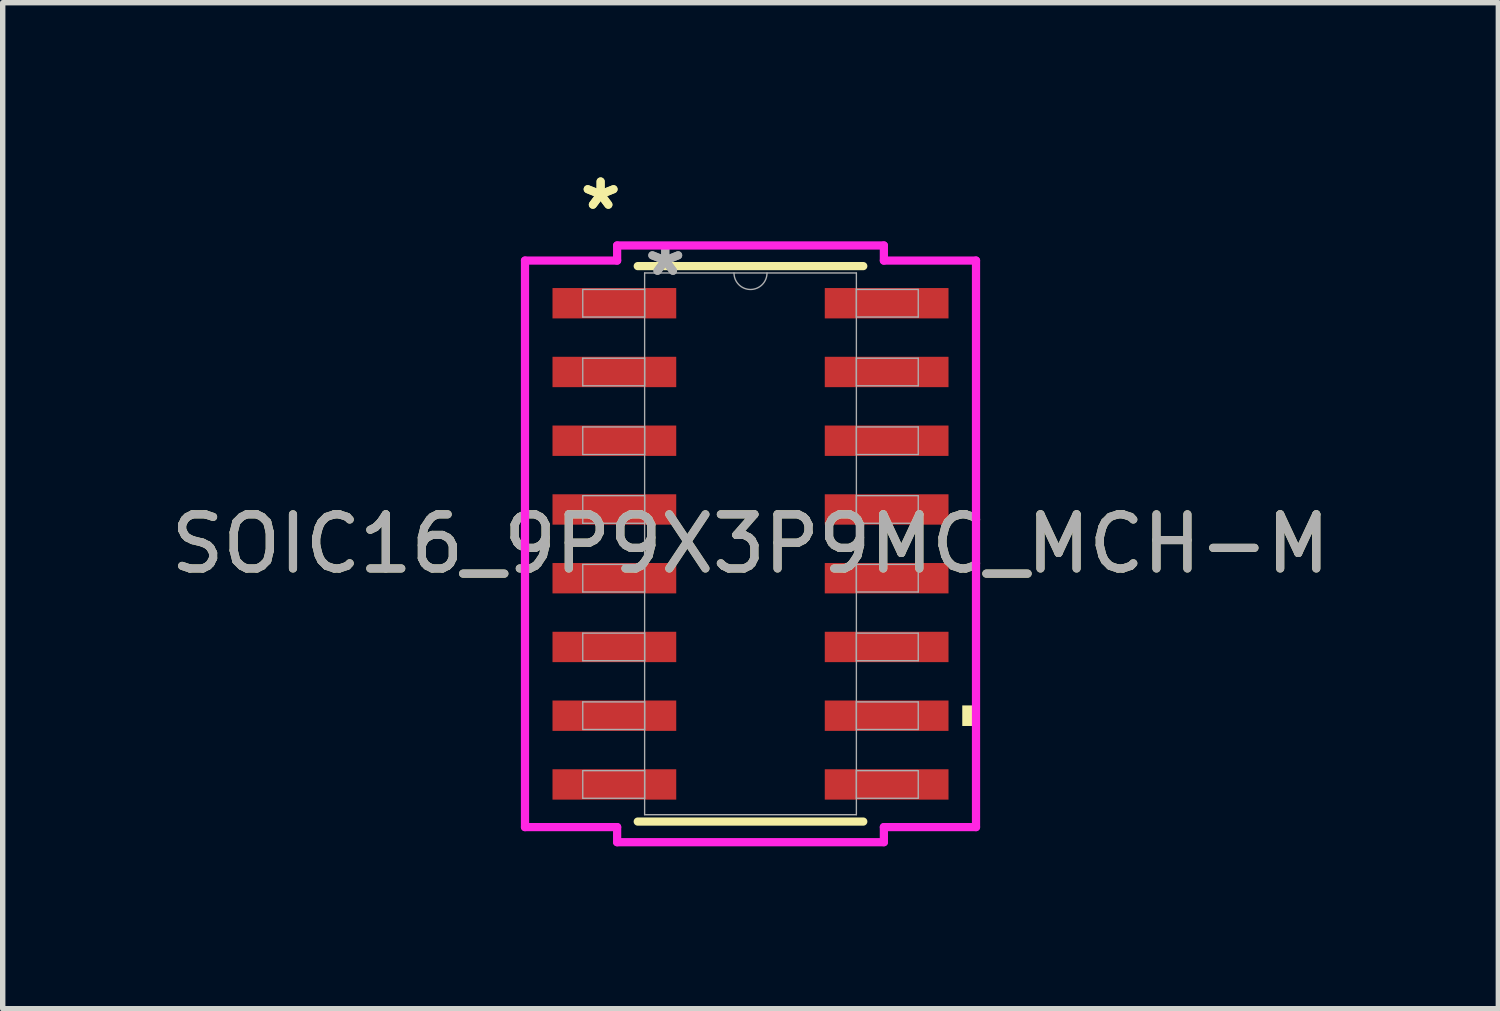
<source format=kicad_pcb>
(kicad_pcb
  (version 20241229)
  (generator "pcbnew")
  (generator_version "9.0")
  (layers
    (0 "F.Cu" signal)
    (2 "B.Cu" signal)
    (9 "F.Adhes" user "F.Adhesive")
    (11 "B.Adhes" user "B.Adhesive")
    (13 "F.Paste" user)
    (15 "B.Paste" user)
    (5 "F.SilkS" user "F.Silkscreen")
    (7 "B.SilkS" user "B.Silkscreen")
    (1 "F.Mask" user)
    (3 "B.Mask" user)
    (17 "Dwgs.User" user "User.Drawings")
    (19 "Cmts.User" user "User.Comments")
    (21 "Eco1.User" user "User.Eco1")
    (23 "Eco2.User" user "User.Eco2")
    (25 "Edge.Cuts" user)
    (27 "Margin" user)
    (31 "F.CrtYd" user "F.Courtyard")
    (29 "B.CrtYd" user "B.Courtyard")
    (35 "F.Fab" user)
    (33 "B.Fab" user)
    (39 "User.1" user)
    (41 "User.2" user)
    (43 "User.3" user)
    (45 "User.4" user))
  (footprint "SOIC16_9P9X3P9MC_MCH-M"
    (layer "F.Cu")
    (at 10.815 6.997)
    (property "Reference" "SOIC16_9P9X3P9MC_MCH-M" (at 0 0 0) (unlocked yes) (layer "F.SilkS") (effects (font (size 1 1) (thickness 0.15))))
    (attr smd)
    (fp_line (start -2.083 5.131) (end 2.083 5.131) (stroke (width 0.152) (type solid)) (layer "F.SilkS"))
    (fp_line (start 2.083 -5.131) (end -2.083 -5.131) (stroke (width 0.152) (type solid)) (layer "F.SilkS"))
    (fp_poly (pts (xy 4.166 2.985) (xy 4.166 3.365) (xy 3.912 3.365) (xy 3.912 2.985)) (stroke (width 0) (type solid)) (fill yes) (layer "F.SilkS"))
    (fp_line (start -4.166 -5.233) (end -2.464 -5.233) (stroke (width 0.152) (type solid)) (layer "F.CrtYd"))
    (fp_line (start -4.166 5.233) (end -4.166 -5.233) (stroke (width 0.152) (type solid)) (layer "F.CrtYd"))
    (fp_line (start -4.166 5.233) (end -2.464 5.233) (stroke (width 0.152) (type solid)) (layer "F.CrtYd"))
    (fp_line (start -2.464 -5.512) (end 2.464 -5.512) (stroke (width 0.152) (type solid)) (layer "F.CrtYd"))
    (fp_line (start -2.464 -5.233) (end -2.464 -5.512) (stroke (width 0.152) (type solid)) (layer "F.CrtYd"))
    (fp_line (start -2.464 5.512) (end -2.464 5.233) (stroke (width 0.152) (type solid)) (layer "F.CrtYd"))
    (fp_line (start 2.464 -5.512) (end 2.464 -5.233) (stroke (width 0.152) (type solid)) (layer "F.CrtYd"))
    (fp_line (start 2.464 5.233) (end 2.464 5.512) (stroke (width 0.152) (type solid)) (layer "F.CrtYd"))
    (fp_line (start 2.464 5.512) (end -2.464 5.512) (stroke (width 0.152) (type solid)) (layer "F.CrtYd"))
    (fp_line (start 4.166 -5.233) (end 2.464 -5.233) (stroke (width 0.152) (type solid)) (layer "F.CrtYd"))
    (fp_line (start 4.166 -5.233) (end 4.166 5.233) (stroke (width 0.152) (type solid)) (layer "F.CrtYd"))
    (fp_line (start 4.166 5.233) (end 2.464 5.233) (stroke (width 0.152) (type solid)) (layer "F.CrtYd"))
    (fp_line (start -3.099 -4.7) (end -3.099 -4.19) (stroke (width 0.025) (type solid)) (layer "F.Fab"))
    (fp_line (start -3.099 -4.19) (end -1.956 -4.19) (stroke (width 0.025) (type solid)) (layer "F.Fab"))
    (fp_line (start -3.099 -3.43) (end -3.099 -2.92) (stroke (width 0.025) (type solid)) (layer "F.Fab"))
    (fp_line (start -3.099 -2.92) (end -1.956 -2.92) (stroke (width 0.025) (type solid)) (layer "F.Fab"))
    (fp_line (start -3.099 -2.16) (end -3.099 -1.65) (stroke (width 0.025) (type solid)) (layer "F.Fab"))
    (fp_line (start -3.099 -1.65) (end -1.956 -1.65) (stroke (width 0.025) (type solid)) (layer "F.Fab"))
    (fp_line (start -3.099 -0.89) (end -3.099 -0.38) (stroke (width 0.025) (type solid)) (layer "F.Fab"))
    (fp_line (start -3.099 -0.38) (end -1.956 -0.38) (stroke (width 0.025) (type solid)) (layer "F.Fab"))
    (fp_line (start -3.099 0.38) (end -3.099 0.89) (stroke (width 0.025) (type solid)) (layer "F.Fab"))
    (fp_line (start -3.099 0.89) (end -1.956 0.89) (stroke (width 0.025) (type solid)) (layer "F.Fab"))
    (fp_line (start -3.099 1.65) (end -3.099 2.16) (stroke (width 0.025) (type solid)) (layer "F.Fab"))
    (fp_line (start -3.099 2.16) (end -1.956 2.16) (stroke (width 0.025) (type solid)) (layer "F.Fab"))
    (fp_line (start -3.099 2.92) (end -3.099 3.43) (stroke (width 0.025) (type solid)) (layer "F.Fab"))
    (fp_line (start -3.099 3.43) (end -1.956 3.43) (stroke (width 0.025) (type solid)) (layer "F.Fab"))
    (fp_line (start -3.099 4.19) (end -3.099 4.7) (stroke (width 0.025) (type solid)) (layer "F.Fab"))
    (fp_line (start -3.099 4.7) (end -1.956 4.7) (stroke (width 0.025) (type solid)) (layer "F.Fab"))
    (fp_line (start -1.956 -5.004) (end -1.956 5.004) (stroke (width 0.025) (type solid)) (layer "F.Fab"))
    (fp_line (start -1.956 -4.7) (end -3.099 -4.7) (stroke (width 0.025) (type solid)) (layer "F.Fab"))
    (fp_line (start -1.956 -4.19) (end -1.956 -4.7) (stroke (width 0.025) (type solid)) (layer "F.Fab"))
    (fp_line (start -1.956 -3.43) (end -3.099 -3.43) (stroke (width 0.025) (type solid)) (layer "F.Fab"))
    (fp_line (start -1.956 -2.92) (end -1.956 -3.43) (stroke (width 0.025) (type solid)) (layer "F.Fab"))
    (fp_line (start -1.956 -2.16) (end -3.099 -2.16) (stroke (width 0.025) (type solid)) (layer "F.Fab"))
    (fp_line (start -1.956 -1.65) (end -1.956 -2.16) (stroke (width 0.025) (type solid)) (layer "F.Fab"))
    (fp_line (start -1.956 -0.89) (end -3.099 -0.89) (stroke (width 0.025) (type solid)) (layer "F.Fab"))
    (fp_line (start -1.956 -0.38) (end -1.956 -0.89) (stroke (width 0.025) (type solid)) (layer "F.Fab"))
    (fp_line (start -1.956 0.38) (end -3.099 0.38) (stroke (width 0.025) (type solid)) (layer "F.Fab"))
    (fp_line (start -1.956 0.89) (end -1.956 0.38) (stroke (width 0.025) (type solid)) (layer "F.Fab"))
    (fp_line (start -1.956 1.65) (end -3.099 1.65) (stroke (width 0.025) (type solid)) (layer "F.Fab"))
    (fp_line (start -1.956 2.16) (end -1.956 1.65) (stroke (width 0.025) (type solid)) (layer "F.Fab"))
    (fp_line (start -1.956 2.92) (end -3.099 2.92) (stroke (width 0.025) (type solid)) (layer "F.Fab"))
    (fp_line (start -1.956 3.43) (end -1.956 2.92) (stroke (width 0.025) (type solid)) (layer "F.Fab"))
    (fp_line (start -1.956 4.19) (end -3.099 4.19) (stroke (width 0.025) (type solid)) (layer "F.Fab"))
    (fp_line (start -1.956 4.7) (end -1.956 4.19) (stroke (width 0.025) (type solid)) (layer "F.Fab"))
    (fp_line (start -1.956 5.004) (end 1.956 5.004) (stroke (width 0.025) (type solid)) (layer "F.Fab"))
    (fp_line (start 1.956 -5.004) (end -1.956 -5.004) (stroke (width 0.025) (type solid)) (layer "F.Fab"))
    (fp_line (start 1.956 -4.7) (end 1.956 -4.19) (stroke (width 0.025) (type solid)) (layer "F.Fab"))
    (fp_line (start 1.956 -4.19) (end 3.099 -4.19) (stroke (width 0.025) (type solid)) (layer "F.Fab"))
    (fp_line (start 1.956 -3.43) (end 1.956 -2.92) (stroke (width 0.025) (type solid)) (layer "F.Fab"))
    (fp_line (start 1.956 -2.92) (end 3.099 -2.92) (stroke (width 0.025) (type solid)) (layer "F.Fab"))
    (fp_line (start 1.956 -2.16) (end 1.956 -1.65) (stroke (width 0.025) (type solid)) (layer "F.Fab"))
    (fp_line (start 1.956 -1.65) (end 3.099 -1.65) (stroke (width 0.025) (type solid)) (layer "F.Fab"))
    (fp_line (start 1.956 -0.89) (end 1.956 -0.38) (stroke (width 0.025) (type solid)) (layer "F.Fab"))
    (fp_line (start 1.956 -0.38) (end 3.099 -0.38) (stroke (width 0.025) (type solid)) (layer "F.Fab"))
    (fp_line (start 1.956 0.38) (end 1.956 0.89) (stroke (width 0.025) (type solid)) (layer "F.Fab"))
    (fp_line (start 1.956 0.89) (end 3.099 0.89) (stroke (width 0.025) (type solid)) (layer "F.Fab"))
    (fp_line (start 1.956 1.65) (end 1.956 2.16) (stroke (width 0.025) (type solid)) (layer "F.Fab"))
    (fp_line (start 1.956 2.16) (end 3.099 2.16) (stroke (width 0.025) (type solid)) (layer "F.Fab"))
    (fp_line (start 1.956 2.92) (end 1.956 3.43) (stroke (width 0.025) (type solid)) (layer "F.Fab"))
    (fp_line (start 1.956 3.43) (end 3.099 3.43) (stroke (width 0.025) (type solid)) (layer "F.Fab"))
    (fp_line (start 1.956 4.19) (end 1.956 4.7) (stroke (width 0.025) (type solid)) (layer "F.Fab"))
    (fp_line (start 1.956 4.7) (end 3.099 4.7) (stroke (width 0.025) (type solid)) (layer "F.Fab"))
    (fp_line (start 1.956 5.004) (end 1.956 -5.004) (stroke (width 0.025) (type solid)) (layer "F.Fab"))
    (fp_line (start 3.099 -4.7) (end 1.956 -4.7) (stroke (width 0.025) (type solid)) (layer "F.Fab"))
    (fp_line (start 3.099 -4.19) (end 3.099 -4.7) (stroke (width 0.025) (type solid)) (layer "F.Fab"))
    (fp_line (start 3.099 -3.43) (end 1.956 -3.43) (stroke (width 0.025) (type solid)) (layer "F.Fab"))
    (fp_line (start 3.099 -2.92) (end 3.099 -3.43) (stroke (width 0.025) (type solid)) (layer "F.Fab"))
    (fp_line (start 3.099 -2.16) (end 1.956 -2.16) (stroke (width 0.025) (type solid)) (layer "F.Fab"))
    (fp_line (start 3.099 -1.65) (end 3.099 -2.16) (stroke (width 0.025) (type solid)) (layer "F.Fab"))
    (fp_line (start 3.099 -0.89) (end 1.956 -0.89) (stroke (width 0.025) (type solid)) (layer "F.Fab"))
    (fp_line (start 3.099 -0.38) (end 3.099 -0.89) (stroke (width 0.025) (type solid)) (layer "F.Fab"))
    (fp_line (start 3.099 0.38) (end 1.956 0.38) (stroke (width 0.025) (type solid)) (layer "F.Fab"))
    (fp_line (start 3.099 0.89) (end 3.099 0.38) (stroke (width 0.025) (type solid)) (layer "F.Fab"))
    (fp_line (start 3.099 1.65) (end 1.956 1.65) (stroke (width 0.025) (type solid)) (layer "F.Fab"))
    (fp_line (start 3.099 2.16) (end 3.099 1.65) (stroke (width 0.025) (type solid)) (layer "F.Fab"))
    (fp_line (start 3.099 2.92) (end 1.956 2.92) (stroke (width 0.025) (type solid)) (layer "F.Fab"))
    (fp_line (start 3.099 3.43) (end 3.099 2.92) (stroke (width 0.025) (type solid)) (layer "F.Fab"))
    (fp_line (start 3.099 4.19) (end 1.956 4.19) (stroke (width 0.025) (type solid)) (layer "F.Fab"))
    (fp_line (start 3.099 4.7) (end 3.099 4.19) (stroke (width 0.025) (type solid)) (layer "F.Fab"))
    (fp_arc (start 0.3048 -5.0038) (mid 0 -4.699) (end -0.3048 -5.0038) (stroke (width 0.0254) (type solid)) (layer "F.Fab"))
    (fp_text user "*" (at -2.769 -6.149 0) (layer "F.SilkS") (effects (font (size 1 1) (thickness 0.15))))
    (fp_text user "*" (at -2.769 -6.149 0) (unlocked yes) (layer "F.SilkS") (effects (font (size 1 1) (thickness 0.15))))
    (fp_text user "*" (at -1.575 -4.928 0) (layer "F.Fab") (effects (font (size 1 1) (thickness 0.15))))
    (fp_text user "*" (at -1.575 -4.928 0) (unlocked yes) (layer "F.Fab") (effects (font (size 1 1) (thickness 0.15))))
    (fp_text user "${REFERENCE}" (at 0 0 0) (unlocked yes) (layer "F.Fab") (effects (font (size 1 1) (thickness 0.15))))
    (pad "1" smd rect (at -2.515 -4.445) (size 2.286 0.561) (layers "F.Cu" "F.Mask" "F.Paste"))
    (pad "2" smd rect (at -2.515 -3.175) (size 2.286 0.561) (layers "F.Cu" "F.Mask" "F.Paste"))
    (pad "3" smd rect (at -2.515 -1.905) (size 2.286 0.561) (layers "F.Cu" "F.Mask" "F.Paste"))
    (pad "4" smd rect (at -2.515 -0.635) (size 2.286 0.561) (layers "F.Cu" "F.Mask" "F.Paste"))
    (pad "5" smd rect (at -2.515 0.635) (size 2.286 0.561) (layers "F.Cu" "F.Mask" "F.Paste"))
    (pad "6" smd rect (at -2.515 1.905) (size 2.286 0.561) (layers "F.Cu" "F.Mask" "F.Paste"))
    (pad "7" smd rect (at -2.515 3.175) (size 2.286 0.561) (layers "F.Cu" "F.Mask" "F.Paste"))
    (pad "8" smd rect (at -2.515 4.445) (size 2.286 0.561) (layers "F.Cu" "F.Mask" "F.Paste"))
    (pad "9" smd rect (at 2.515 4.445) (size 2.286 0.561) (layers "F.Cu" "F.Mask" "F.Paste"))
    (pad "10" smd rect (at 2.515 3.175) (size 2.286 0.561) (layers "F.Cu" "F.Mask" "F.Paste"))
    (pad "11" smd rect (at 2.515 1.905) (size 2.286 0.561) (layers "F.Cu" "F.Mask" "F.Paste"))
    (pad "12" smd rect (at 2.515 0.635) (size 2.286 0.561) (layers "F.Cu" "F.Mask" "F.Paste"))
    (pad "13" smd rect (at 2.515 -0.635) (size 2.286 0.561) (layers "F.Cu" "F.Mask" "F.Paste"))
    (pad "14" smd rect (at 2.515 -1.905) (size 2.286 0.561) (layers "F.Cu" "F.Mask" "F.Paste"))
    (pad "15" smd rect (at 2.515 -3.175) (size 2.286 0.561) (layers "F.Cu" "F.Mask" "F.Paste"))
    (pad "16" smd rect (at 2.515 -4.445) (size 2.286 0.561) (layers "F.Cu" "F.Mask" "F.Paste")))
  (gr_rect
    (start -3 -3)
    (end 24.631 15.585)
    (stroke (width 0.1) (type default))
    (fill no)
    (layer "Edge.Cuts")))
</source>
